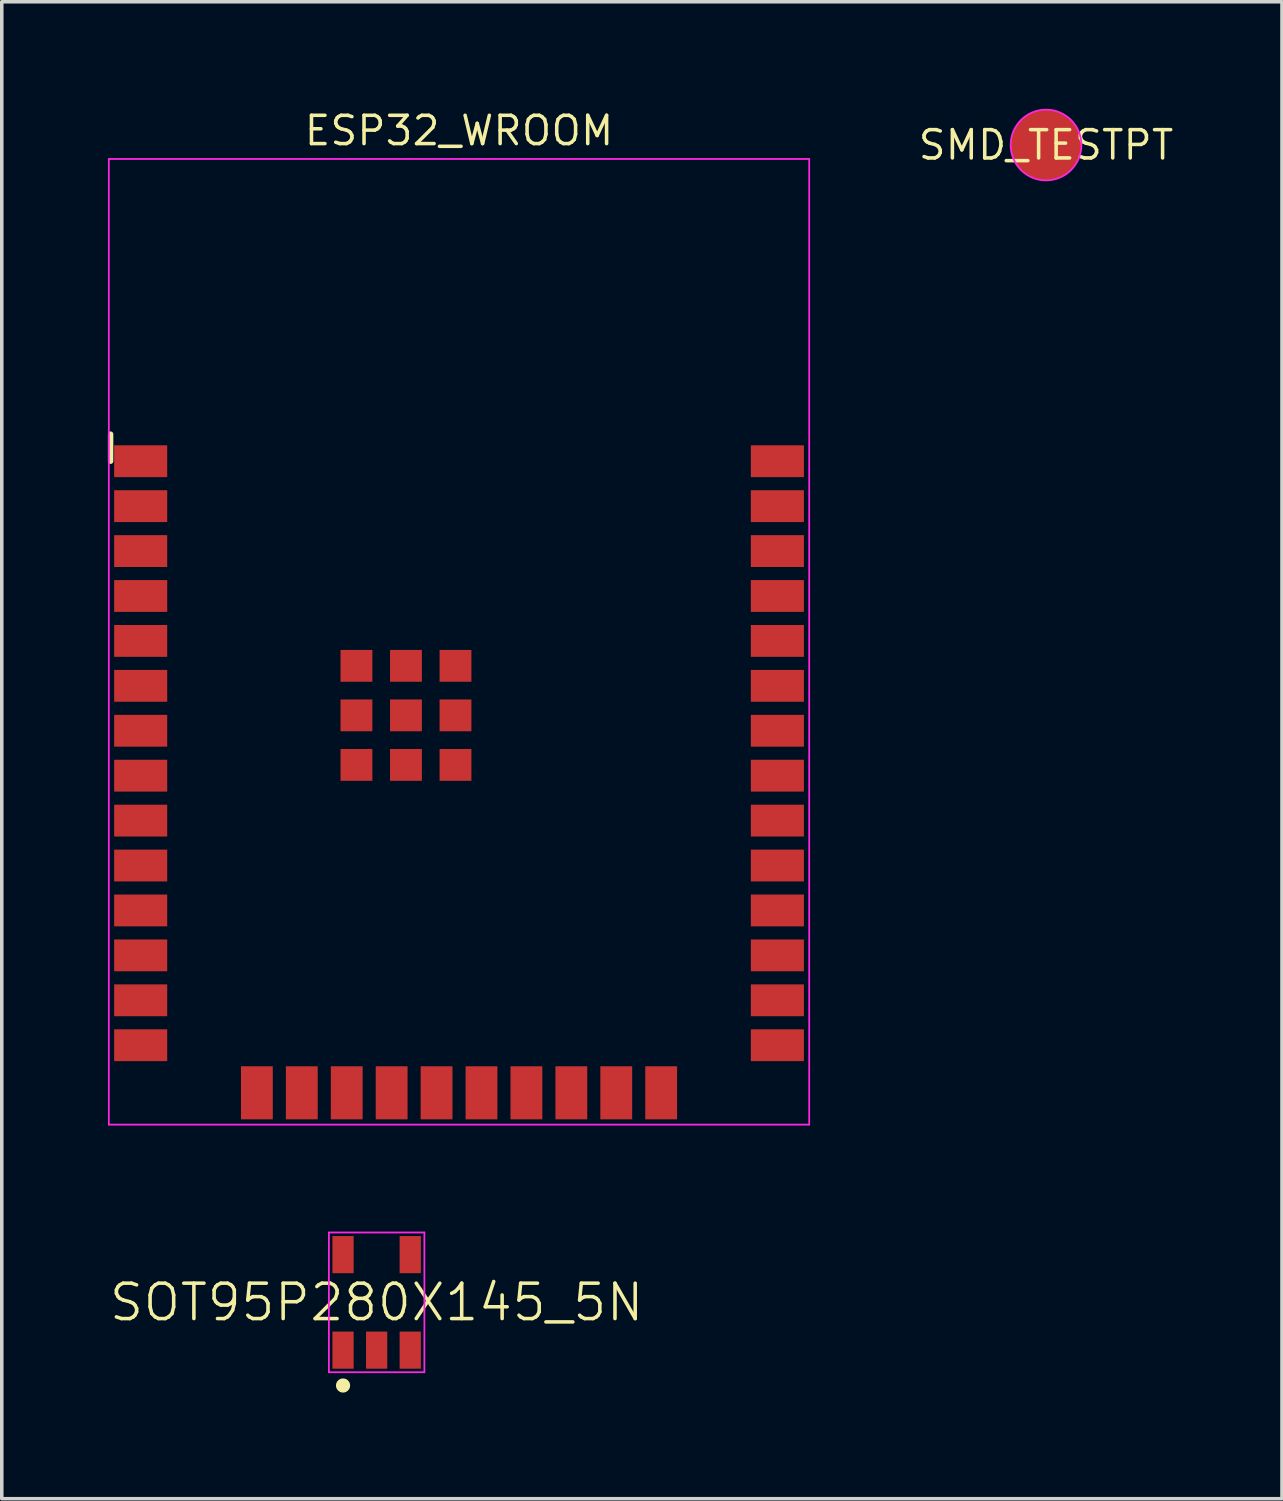
<source format=kicad_pcb>
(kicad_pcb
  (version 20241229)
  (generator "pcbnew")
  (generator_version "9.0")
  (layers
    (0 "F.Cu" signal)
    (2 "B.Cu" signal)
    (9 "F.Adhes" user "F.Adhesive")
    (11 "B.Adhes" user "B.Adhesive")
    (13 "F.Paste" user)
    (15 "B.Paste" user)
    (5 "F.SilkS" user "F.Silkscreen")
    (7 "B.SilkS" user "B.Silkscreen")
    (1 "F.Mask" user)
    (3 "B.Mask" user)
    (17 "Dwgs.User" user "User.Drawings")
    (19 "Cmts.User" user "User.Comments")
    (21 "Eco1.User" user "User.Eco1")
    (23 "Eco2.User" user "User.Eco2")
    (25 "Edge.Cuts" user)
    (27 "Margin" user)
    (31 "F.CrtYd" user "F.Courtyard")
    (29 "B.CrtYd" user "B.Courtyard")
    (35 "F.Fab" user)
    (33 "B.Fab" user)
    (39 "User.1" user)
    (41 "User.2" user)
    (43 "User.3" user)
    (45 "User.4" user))
  (footprint "SMD_TESTPT"
    (layer "F.Cu")
    (at 26.522 1.05)
    (property "Reference" "SMD_TESTPT" (at 0 0 0) (layer "F.SilkS") (effects (font (size 0.8 0.8) (thickness 0.1))))
    (fp_circle (center 0 0) (end 1 0) (stroke (width 0.05) (type solid)) (fill no) (layer "F.CrtYd"))
    (pad "" smd circle (at 0 0) (size 2.1 2.1) (layers "F.Mask"))
    (pad "p" smd circle (at 0 0) (size 2 2) (layers "F.Cu")))
  (footprint "SOT95P280X145_5N"
    (layer "F.Cu")
    (at 7.598 33.769)
    (property "Reference" "SOT95P280X145_5N" (at 0 0 0) (layer "F.SilkS") (effects (font (size 1 1) (thickness 0.1))))
    (fp_poly (pts (xy -1.3 -0.775) (xy -0.6 -0.775) (xy -0.6 -1.925) (xy -1.3 -1.925)) (stroke (width 0) (type solid)) (fill yes) (layer "F.Mask"))
    (fp_poly (pts (xy -1.3 1.925) (xy -0.6 1.925) (xy -0.6 0.775) (xy -1.3 0.775)) (stroke (width 0) (type solid)) (fill yes) (layer "F.Mask"))
    (fp_poly (pts (xy -0.35 1.925) (xy 0.35 1.925) (xy 0.35 0.775) (xy -0.35 0.775)) (stroke (width 0) (type solid)) (fill yes) (layer "F.Mask"))
    (fp_poly (pts (xy 0.6 -0.775) (xy 1.3 -0.775) (xy 1.3 -1.925) (xy 0.6 -1.925)) (stroke (width 0) (type solid)) (fill yes) (layer "F.Mask"))
    (fp_poly (pts (xy 0.6 1.925) (xy 1.3 1.925) (xy 1.3 0.775) (xy 0.6 0.775)) (stroke (width 0) (type solid)) (fill yes) (layer "F.Mask"))
    (fp_poly (pts (xy -0.75 2.35) (xy -0.754 2.311) (xy -0.765 2.273) (xy -0.784 2.239) (xy -0.809 2.209) (xy -0.839 2.184) (xy -0.873 2.165) (xy -0.911 2.154) (xy -0.95 2.15) (xy -0.989 2.154) (xy -1.027 2.165) (xy -1.061 2.184) (xy -1.091 2.209) (xy -1.116 2.239) (xy -1.135 2.273) (xy -1.146 2.311) (xy -1.15 2.35) (xy -1.146 2.389) (xy -1.135 2.427) (xy -1.116 2.461) (xy -1.091 2.491) (xy -1.061 2.516) (xy -1.027 2.535) (xy -0.989 2.546) (xy -0.95 2.55) (xy -0.911 2.546) (xy -0.873 2.535) (xy -0.839 2.516) (xy -0.809 2.491) (xy -0.784 2.461) (xy -0.765 2.427) (xy -0.754 2.389)) (stroke (width 0) (type solid)) (fill yes) (layer "F.SilkS"))
    (fp_line (start -1.35 -1.975) (end -1.35 1.975) (stroke (width 0.05) (type solid)) (layer "F.CrtYd"))
    (fp_line (start -1.35 1.975) (end 1.35 1.975) (stroke (width 0.05) (type solid)) (layer "F.CrtYd"))
    (fp_line (start 1.35 -1.975) (end -1.35 -1.975) (stroke (width 0.05) (type solid)) (layer "F.CrtYd"))
    (fp_line (start 1.35 1.975) (end 1.35 -1.975) (stroke (width 0.05) (type solid)) (layer "F.CrtYd"))
    (pad "1" smd rect (at -0.95 1.35) (size 0.6 1.05) (layers "F.Cu" "F.Paste"))
    (pad "2" smd rect (at 0 1.35) (size 0.6 1.05) (layers "F.Cu" "F.Paste"))
    (pad "3" smd rect (at 0.95 1.35) (size 0.6 1.05) (layers "F.Cu" "F.Paste"))
    (pad "4" smd rect (at 0.95 -1.35) (size 0.6 1.05) (layers "F.Cu" "F.Paste"))
    (pad "5" smd rect (at -0.95 -1.35) (size 0.6 1.05) (layers "F.Cu" "F.Paste")))
  (footprint "ESP32_WROOM"
    (layer "F.Cu")
    (at 9.927 15.094)
    (property "Reference" "ESP32_WROOM" (at 0 -14.45 0) (layer "F.SilkS") (effects (font (size 0.8 0.8) (thickness 0.1))))
    (fp_line (start -9.85 -5.105) (end -9.85 -5.87) (stroke (width 0.153) (type solid)) (layer "F.SilkS"))
    (fp_line (start -9.9 -13.65) (end -9.9 13.65) (stroke (width 0.05) (type solid)) (layer "F.CrtYd"))
    (fp_line (start -9.9 13.65) (end 9.9 13.65) (stroke (width 0.05) (type solid)) (layer "F.CrtYd"))
    (fp_line (start 9.9 -13.65) (end -9.9 -13.65) (stroke (width 0.05) (type solid)) (layer "F.CrtYd"))
    (fp_line (start 9.9 13.65) (end 9.9 -13.65) (stroke (width 0.05) (type solid)) (layer "F.CrtYd"))
    (pad "" smd rect (at -9 -5.105) (size 1.6 1) (layers "F.Mask"))
    (pad "" smd rect (at -9 -3.835) (size 1.6 1) (layers "F.Mask"))
    (pad "" smd rect (at -9 -2.565) (size 1.6 1) (layers "F.Mask"))
    (pad "" smd rect (at -9 -1.295) (size 1.6 1) (layers "F.Mask"))
    (pad "" smd rect (at -9 -0.025) (size 1.6 1) (layers "F.Mask"))
    (pad "" smd rect (at -9 1.245) (size 1.6 1) (layers "F.Mask"))
    (pad "" smd rect (at -9 2.515) (size 1.6 1) (layers "F.Mask"))
    (pad "" smd rect (at -9 3.785) (size 1.6 1) (layers "F.Mask"))
    (pad "" smd rect (at -9 5.055) (size 1.6 1) (layers "F.Mask"))
    (pad "" smd rect (at -9 6.325) (size 1.6 1) (layers "F.Mask"))
    (pad "" smd rect (at -9 7.595) (size 1.6 1) (layers "F.Mask"))
    (pad "" smd rect (at -9 8.865) (size 1.6 1) (layers "F.Mask"))
    (pad "" smd rect (at -9 10.135) (size 1.6 1) (layers "F.Mask"))
    (pad "" smd rect (at -9 11.405) (size 1.6 1) (layers "F.Mask"))
    (pad "" smd rect (at -5.715 12.75 270) (size 1.6 1) (layers "F.Mask"))
    (pad "" smd rect (at -4.445 12.75 270) (size 1.6 1) (layers "F.Mask"))
    (pad "" smd rect (at -3.175 12.75 270) (size 1.6 1) (layers "F.Mask"))
    (pad "" smd rect (at -2.9 0.68) (size 1 1) (layers "F.Mask"))
    (pad "" smd rect (at -2.9 2.08) (size 1 1) (layers "F.Mask"))
    (pad "" smd rect (at -2.9 3.48) (size 1 1) (layers "F.Mask"))
    (pad "" smd rect (at -1.905 12.75 270) (size 1.6 1) (layers "F.Mask"))
    (pad "" smd rect (at -1.5 0.68) (size 1 1) (layers "F.Mask"))
    (pad "" smd rect (at -1.5 2.08) (size 1 1) (layers "F.Mask"))
    (pad "" smd rect (at -1.5 3.48) (size 1 1) (layers "F.Mask"))
    (pad "" smd rect (at -0.635 12.75 270) (size 1.6 1) (layers "F.Mask"))
    (pad "" smd rect (at -0.1 0.68) (size 1 1) (layers "F.Mask"))
    (pad "" smd rect (at -0.1 2.08) (size 1 1) (layers "F.Mask"))
    (pad "" smd rect (at -0.1 3.48) (size 1 1) (layers "F.Mask"))
    (pad "" smd rect (at 0.635 12.75 270) (size 1.6 1) (layers "F.Mask"))
    (pad "" smd rect (at 1.905 12.75 270) (size 1.6 1) (layers "F.Mask"))
    (pad "" smd rect (at 3.175 12.75 270) (size 1.6 1) (layers "F.Mask"))
    (pad "" smd rect (at 4.445 12.75 270) (size 1.6 1) (layers "F.Mask"))
    (pad "" smd rect (at 5.715 12.75 270) (size 1.6 1) (layers "F.Mask"))
    (pad "" smd rect (at 9 -5.105) (size 1.6 1) (layers "F.Mask"))
    (pad "" smd rect (at 9 -3.835) (size 1.6 1) (layers "F.Mask"))
    (pad "" smd rect (at 9 -2.565) (size 1.6 1) (layers "F.Mask"))
    (pad "" smd rect (at 9 -1.295) (size 1.6 1) (layers "F.Mask"))
    (pad "" smd rect (at 9 -0.025) (size 1.6 1) (layers "F.Mask"))
    (pad "" smd rect (at 9 1.245) (size 1.6 1) (layers "F.Mask"))
    (pad "" smd rect (at 9 2.515) (size 1.6 1) (layers "F.Mask"))
    (pad "" smd rect (at 9 3.785) (size 1.6 1) (layers "F.Mask"))
    (pad "" smd rect (at 9 5.055) (size 1.6 1) (layers "F.Mask"))
    (pad "" smd rect (at 9 6.325) (size 1.6 1) (layers "F.Mask"))
    (pad "" smd rect (at 9 7.595) (size 1.6 1) (layers "F.Mask"))
    (pad "" smd rect (at 9 8.865) (size 1.6 1) (layers "F.Mask"))
    (pad "" smd rect (at 9 10.135) (size 1.6 1) (layers "F.Mask"))
    (pad "" smd rect (at 9 11.405) (size 1.6 1) (layers "F.Mask"))
    (pad "1" smd rect (at -9 -5.105) (size 1.5 0.9) (layers "F.Cu" "F.Paste"))
    (pad "2" smd rect (at -9 -3.835) (size 1.5 0.9) (layers "F.Cu" "F.Paste"))
    (pad "3" smd rect (at -9 -2.565) (size 1.5 0.9) (layers "F.Cu" "F.Paste"))
    (pad "4" smd rect (at -9 -1.295) (size 1.5 0.9) (layers "F.Cu" "F.Paste"))
    (pad "5" smd rect (at -9 -0.025) (size 1.5 0.9) (layers "F.Cu" "F.Paste"))
    (pad "6" smd rect (at -9 1.245) (size 1.5 0.9) (layers "F.Cu" "F.Paste"))
    (pad "7" smd rect (at -9 2.515) (size 1.5 0.9) (layers "F.Cu" "F.Paste"))
    (pad "8" smd rect (at -9 3.785) (size 1.5 0.9) (layers "F.Cu" "F.Paste"))
    (pad "9" smd rect (at -9 5.055) (size 1.5 0.9) (layers "F.Cu" "F.Paste"))
    (pad "10" smd rect (at -9 6.325) (size 1.5 0.9) (layers "F.Cu" "F.Paste"))
    (pad "11" smd rect (at -9 7.595) (size 1.5 0.9) (layers "F.Cu" "F.Paste"))
    (pad "12" smd rect (at -9 8.865) (size 1.5 0.9) (layers "F.Cu" "F.Paste"))
    (pad "13" smd rect (at -9 10.135) (size 1.5 0.9) (layers "F.Cu" "F.Paste"))
    (pad "14" smd rect (at -9 11.405) (size 1.5 0.9) (layers "F.Cu" "F.Paste"))
    (pad "15" smd rect (at -5.715 12.75 270) (size 1.5 0.9) (layers "F.Cu" "F.Paste"))
    (pad "16" smd rect (at -4.445 12.75 270) (size 1.5 0.9) (layers "F.Cu" "F.Paste"))
    (pad "17" smd rect (at -3.175 12.75 270) (size 1.5 0.9) (layers "F.Cu" "F.Paste"))
    (pad "18" smd rect (at -1.905 12.75 270) (size 1.5 0.9) (layers "F.Cu" "F.Paste"))
    (pad "19" smd rect (at -0.635 12.75 270) (size 1.5 0.9) (layers "F.Cu" "F.Paste"))
    (pad "20" smd rect (at 0.635 12.75 270) (size 1.5 0.9) (layers "F.Cu" "F.Paste"))
    (pad "21" smd rect (at 1.905 12.75 270) (size 1.5 0.9) (layers "F.Cu" "F.Paste"))
    (pad "22" smd rect (at 3.175 12.75 270) (size 1.5 0.9) (layers "F.Cu" "F.Paste"))
    (pad "23" smd rect (at 4.445 12.75 270) (size 1.5 0.9) (layers "F.Cu" "F.Paste"))
    (pad "24" smd rect (at 5.715 12.75 270) (size 1.5 0.9) (layers "F.Cu" "F.Paste"))
    (pad "25" smd rect (at 9 11.405) (size 1.5 0.9) (layers "F.Cu" "F.Paste"))
    (pad "26" smd rect (at 9 10.135) (size 1.5 0.9) (layers "F.Cu" "F.Paste"))
    (pad "27" smd rect (at 9 8.865) (size 1.5 0.9) (layers "F.Cu" "F.Paste"))
    (pad "28" smd rect (at 9 7.595) (size 1.5 0.9) (layers "F.Cu" "F.Paste"))
    (pad "29" smd rect (at 9 6.325) (size 1.5 0.9) (layers "F.Cu" "F.Paste"))
    (pad "30" smd rect (at 9 5.055) (size 1.5 0.9) (layers "F.Cu" "F.Paste"))
    (pad "31" smd rect (at 9 3.785) (size 1.5 0.9) (layers "F.Cu" "F.Paste"))
    (pad "32" smd rect (at 9 2.515) (size 1.5 0.9) (layers "F.Cu" "F.Paste"))
    (pad "33" smd rect (at 9 1.245) (size 1.5 0.9) (layers "F.Cu" "F.Paste"))
    (pad "34" smd rect (at 9 -0.025) (size 1.5 0.9) (layers "F.Cu" "F.Paste"))
    (pad "35" smd rect (at 9 -1.295) (size 1.5 0.9) (layers "F.Cu" "F.Paste"))
    (pad "36" smd rect (at 9 -2.565) (size 1.5 0.9) (layers "F.Cu" "F.Paste"))
    (pad "37" smd rect (at 9 -3.835) (size 1.5 0.9) (layers "F.Cu" "F.Paste"))
    (pad "38" smd rect (at 9 -5.105) (size 1.5 0.9) (layers "F.Cu" "F.Paste"))
    (pad "39" smd rect (at -2.9 3.48) (size 0.9 0.9) (layers "F.Cu" "F.Paste"))
    (pad "40" smd rect (at -2.9 2.08) (size 0.9 0.9) (layers "F.Cu" "F.Paste"))
    (pad "41" smd rect (at -2.9 0.68) (size 0.9 0.9) (layers "F.Cu" "F.Paste"))
    (pad "42" smd rect (at -1.5 3.48) (size 0.9 0.9) (layers "F.Cu" "F.Paste"))
    (pad "43" smd rect (at -1.5 2.08) (size 0.9 0.9) (layers "F.Cu" "F.Paste"))
    (pad "44" smd rect (at -1.5 0.68) (size 0.9 0.9) (layers "F.Cu" "F.Paste"))
    (pad "45" smd rect (at -0.1 3.48) (size 0.9 0.9) (layers "F.Cu" "F.Paste"))
    (pad "46" smd rect (at -0.1 2.08) (size 0.9 0.9) (layers "F.Cu" "F.Paste"))
    (pad "47" smd rect (at -0.1 0.68) (size 0.9 0.9) (layers "F.Cu" "F.Paste")))
  (gr_rect
    (start -3 -3)
    (end 33.192 39.319)
    (stroke (width 0.1) (type default))
    (fill no)
    (layer "Edge.Cuts")))
</source>
